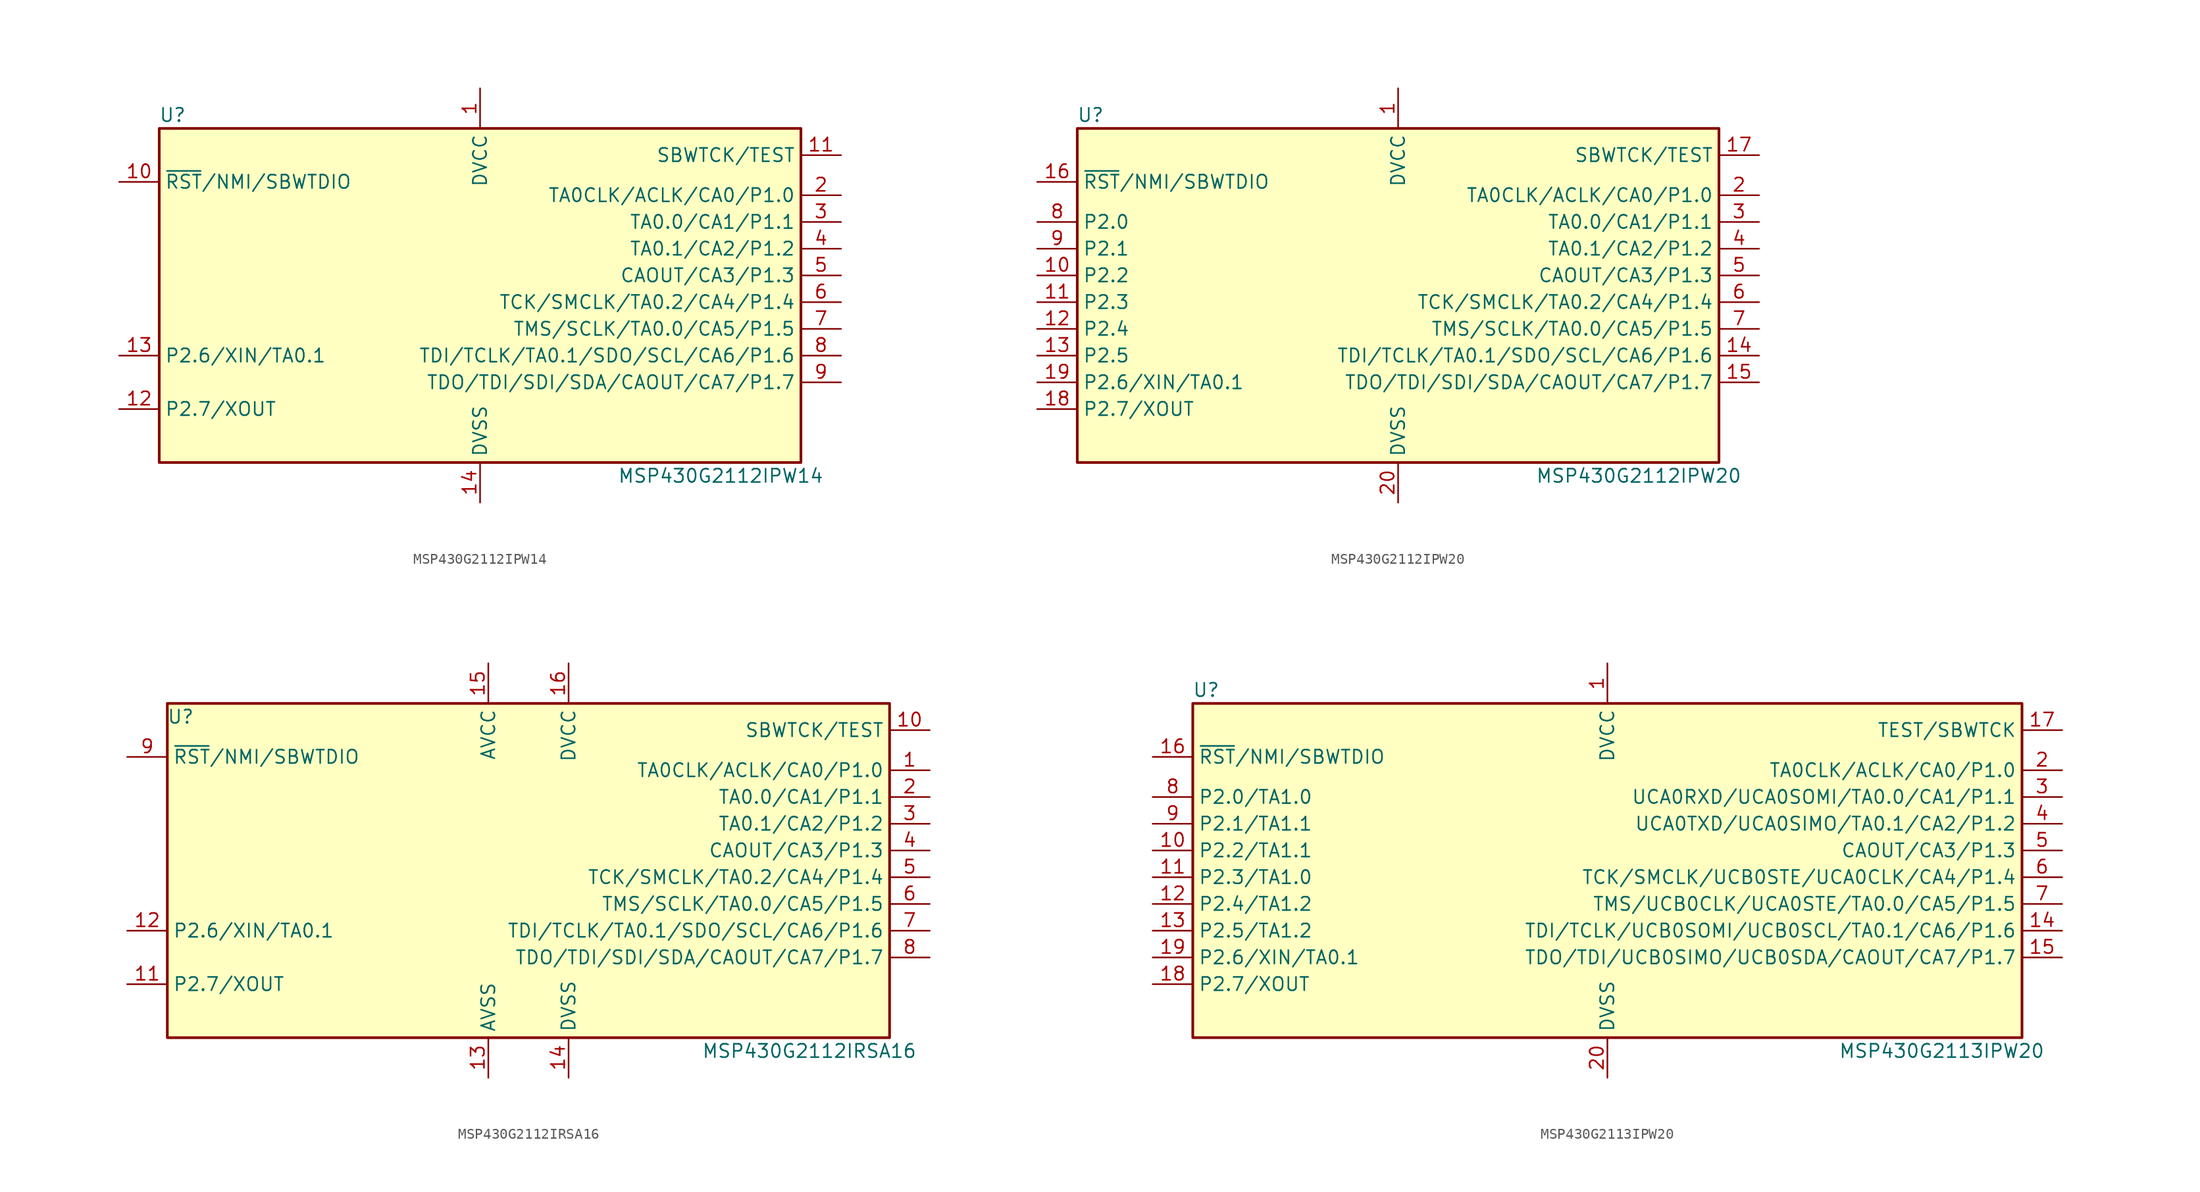
<source format=kicad_sym>
(kicad_symbol_lib
  (version 20201005)
  (generator kicad_symbol_editor)
  (symbol "MCU_Texas_MSP430:MSP430G2112IPW14"
    (property "Reference" "U"
      (at -29.21 17.78 0)
      (effects (font (size 1.27 1.27))))
    (property "Value" "MSP430G2112IPW14"
      (at 22.86 -16.51 0)
      (effects (font (size 1.27 1.27))))
    (symbol "MSP430G2112IPW14_0_1"
      (rectangle (start -30.48 16.51) (end 30.48 -15.24) (stroke (width 0.254)) (fill (type background))))
    (symbol "MSP430G2112IPW14_1_1"
      (pin power_in line (at 0 20.32 270) (length 3.81) (name "DVCC" (effects (font (size 1.27 1.27)))) (number "1" (effects (font (size 1.27 1.27)))))
      (pin input line (at -34.29 11.43 0) (length 3.81) (name "~RST~/NMI/SBWTDIO" (effects (font (size 1.27 1.27)))) (number "10" (effects (font (size 1.27 1.27)))))
      (pin input line (at 34.29 13.97 180) (length 3.81) (name "SBWTCK/TEST" (effects (font (size 1.27 1.27)))) (number "11" (effects (font (size 1.27 1.27)))))
      (pin bidirectional line (at -34.29 -10.16 0) (length 3.81) (name "P2.7/XOUT" (effects (font (size 1.27 1.27)))) (number "12" (effects (font (size 1.27 1.27)))))
      (pin bidirectional line (at -34.29 -5.08 0) (length 3.81) (name "P2.6/XIN/TA0.1" (effects (font (size 1.27 1.27)))) (number "13" (effects (font (size 1.27 1.27)))))
      (pin power_in line (at 0 -19.05 90) (length 3.81) (name "DVSS" (effects (font (size 1.27 1.27)))) (number "14" (effects (font (size 1.27 1.27)))))
      (pin bidirectional line (at 34.29 10.16 180) (length 3.81) (name "TA0CLK/ACLK/CA0/P1.0" (effects (font (size 1.27 1.27)))) (number "2" (effects (font (size 1.27 1.27)))))
      (pin bidirectional line (at 34.29 7.62 180) (length 3.81) (name "TA0.0/CA1/P1.1" (effects (font (size 1.27 1.27)))) (number "3" (effects (font (size 1.27 1.27)))))
      (pin bidirectional line (at 34.29 5.08 180) (length 3.81) (name "TA0.1/CA2/P1.2" (effects (font (size 1.27 1.27)))) (number "4" (effects (font (size 1.27 1.27)))))
      (pin bidirectional line (at 34.29 2.54 180) (length 3.81) (name "CAOUT/CA3/P1.3" (effects (font (size 1.27 1.27)))) (number "5" (effects (font (size 1.27 1.27)))))
      (pin bidirectional line (at 34.29 0 180) (length 3.81) (name "TCK/SMCLK/TA0.2/CA4/P1.4" (effects (font (size 1.27 1.27)))) (number "6" (effects (font (size 1.27 1.27)))))
      (pin bidirectional line (at 34.29 -2.54 180) (length 3.81) (name "TMS/SCLK/TA0.0/CA5/P1.5" (effects (font (size 1.27 1.27)))) (number "7" (effects (font (size 1.27 1.27)))))
      (pin bidirectional line (at 34.29 -5.08 180) (length 3.81) (name "TDI/TCLK/TA0.1/SDO/SCL/CA6/P1.6" (effects (font (size 1.27 1.27)))) (number "8" (effects (font (size 1.27 1.27)))))
      (pin bidirectional line (at 34.29 -7.62 180) (length 3.81) (name "TDO/TDI/SDI/SDA/CAOUT/CA7/P1.7" (effects (font (size 1.27 1.27)))) (number "9" (effects (font (size 1.27 1.27)))))))
  (symbol "MCU_Texas_MSP430:MSP430G2112IPW20"
    (property "Reference" "U"
      (at -29.21 17.78 0)
      (effects (font (size 1.27 1.27))))
    (property "Value" "MSP430G2112IPW20"
      (at 22.86 -16.51 0)
      (effects (font (size 1.27 1.27))))
    (symbol "MSP430G2112IPW20_0_1"
      (rectangle (start -30.48 16.51) (end 30.48 -15.24) (stroke (width 0.254)) (fill (type background))))
    (symbol "MSP430G2112IPW20_1_1"
      (pin power_in line (at 0 20.32 270) (length 3.81) (name "DVCC" (effects (font (size 1.27 1.27)))) (number "1" (effects (font (size 1.27 1.27)))))
      (pin bidirectional line (at -34.29 2.54 0) (length 3.81) (name "P2.2" (effects (font (size 1.27 1.27)))) (number "10" (effects (font (size 1.27 1.27)))))
      (pin bidirectional line (at -34.29 0 0) (length 3.81) (name "P2.3" (effects (font (size 1.27 1.27)))) (number "11" (effects (font (size 1.27 1.27)))))
      (pin bidirectional line (at -34.29 -2.54 0) (length 3.81) (name "P2.4" (effects (font (size 1.27 1.27)))) (number "12" (effects (font (size 1.27 1.27)))))
      (pin bidirectional line (at -34.29 -5.08 0) (length 3.81) (name "P2.5" (effects (font (size 1.27 1.27)))) (number "13" (effects (font (size 1.27 1.27)))))
      (pin bidirectional line (at 34.29 -5.08 180) (length 3.81) (name "TDI/TCLK/TA0.1/SDO/SCL/CA6/P1.6" (effects (font (size 1.27 1.27)))) (number "14" (effects (font (size 1.27 1.27)))))
      (pin bidirectional line (at 34.29 -7.62 180) (length 3.81) (name "TDO/TDI/SDI/SDA/CAOUT/CA7/P1.7" (effects (font (size 1.27 1.27)))) (number "15" (effects (font (size 1.27 1.27)))))
      (pin input line (at -34.29 11.43 0) (length 3.81) (name "~RST~/NMI/SBWTDIO" (effects (font (size 1.27 1.27)))) (number "16" (effects (font (size 1.27 1.27)))))
      (pin input line (at 34.29 13.97 180) (length 3.81) (name "SBWTCK/TEST" (effects (font (size 1.27 1.27)))) (number "17" (effects (font (size 1.27 1.27)))))
      (pin bidirectional line (at -34.29 -10.16 0) (length 3.81) (name "P2.7/XOUT" (effects (font (size 1.27 1.27)))) (number "18" (effects (font (size 1.27 1.27)))))
      (pin bidirectional line (at -34.29 -7.62 0) (length 3.81) (name "P2.6/XIN/TA0.1" (effects (font (size 1.27 1.27)))) (number "19" (effects (font (size 1.27 1.27)))))
      (pin bidirectional line (at 34.29 10.16 180) (length 3.81) (name "TA0CLK/ACLK/CA0/P1.0" (effects (font (size 1.27 1.27)))) (number "2" (effects (font (size 1.27 1.27)))))
      (pin power_in line (at 0 -19.05 90) (length 3.81) (name "DVSS" (effects (font (size 1.27 1.27)))) (number "20" (effects (font (size 1.27 1.27)))))
      (pin bidirectional line (at 34.29 7.62 180) (length 3.81) (name "TA0.0/CA1/P1.1" (effects (font (size 1.27 1.27)))) (number "3" (effects (font (size 1.27 1.27)))))
      (pin bidirectional line (at 34.29 5.08 180) (length 3.81) (name "TA0.1/CA2/P1.2" (effects (font (size 1.27 1.27)))) (number "4" (effects (font (size 1.27 1.27)))))
      (pin bidirectional line (at 34.29 2.54 180) (length 3.81) (name "CAOUT/CA3/P1.3" (effects (font (size 1.27 1.27)))) (number "5" (effects (font (size 1.27 1.27)))))
      (pin bidirectional line (at 34.29 0 180) (length 3.81) (name "TCK/SMCLK/TA0.2/CA4/P1.4" (effects (font (size 1.27 1.27)))) (number "6" (effects (font (size 1.27 1.27)))))
      (pin bidirectional line (at 34.29 -2.54 180) (length 3.81) (name "TMS/SCLK/TA0.0/CA5/P1.5" (effects (font (size 1.27 1.27)))) (number "7" (effects (font (size 1.27 1.27)))))
      (pin bidirectional line (at -34.29 7.62 0) (length 3.81) (name "P2.0" (effects (font (size 1.27 1.27)))) (number "8" (effects (font (size 1.27 1.27)))))
      (pin bidirectional line (at -34.29 5.08 0) (length 3.81) (name "P2.1" (effects (font (size 1.27 1.27)))) (number "9" (effects (font (size 1.27 1.27)))))))
  (symbol "MCU_Texas_MSP430:MSP430G2112IRSA16"
    (property "Reference" "U"
      (at -33.02 15.24 0)
      (effects (font (size 1.27 1.27))))
    (property "Value" "MSP430G2112IRSA16"
      (at 26.67 -16.51 0)
      (effects (font (size 1.27 1.27))))
    (symbol "MSP430G2112IRSA16_0_1"
      (rectangle (start -34.29 16.51) (end 34.29 -15.24) (stroke (width 0.254)) (fill (type background))))
    (symbol "MSP430G2112IRSA16_1_1"
      (pin bidirectional line (at 38.1 10.16 180) (length 3.81) (name "TA0CLK/ACLK/CA0/P1.0" (effects (font (size 1.27 1.27)))) (number "1" (effects (font (size 1.27 1.27)))))
      (pin input line (at 38.1 13.97 180) (length 3.81) (name "SBWTCK/TEST" (effects (font (size 1.27 1.27)))) (number "10" (effects (font (size 1.27 1.27)))))
      (pin bidirectional line (at -38.1 -10.16 0) (length 3.81) (name "P2.7/XOUT" (effects (font (size 1.27 1.27)))) (number "11" (effects (font (size 1.27 1.27)))))
      (pin bidirectional line (at -38.1 -5.08 0) (length 3.81) (name "P2.6/XIN/TA0.1" (effects (font (size 1.27 1.27)))) (number "12" (effects (font (size 1.27 1.27)))))
      (pin power_in line (at -3.81 -19.05 90) (length 3.81) (name "AVSS" (effects (font (size 1.27 1.27)))) (number "13" (effects (font (size 1.27 1.27)))))
      (pin power_in line (at 3.81 -19.05 90) (length 3.81) (name "DVSS" (effects (font (size 1.27 1.27)))) (number "14" (effects (font (size 1.27 1.27)))))
      (pin power_in line (at -3.81 20.32 270) (length 3.81) (name "AVCC" (effects (font (size 1.27 1.27)))) (number "15" (effects (font (size 1.27 1.27)))))
      (pin power_in line (at 3.81 20.32 270) (length 3.81) (name "DVCC" (effects (font (size 1.27 1.27)))) (number "16" (effects (font (size 1.27 1.27)))))
      (pin bidirectional line (at 38.1 7.62 180) (length 3.81) (name "TA0.0/CA1/P1.1" (effects (font (size 1.27 1.27)))) (number "2" (effects (font (size 1.27 1.27)))))
      (pin bidirectional line (at 38.1 5.08 180) (length 3.81) (name "TA0.1/CA2/P1.2" (effects (font (size 1.27 1.27)))) (number "3" (effects (font (size 1.27 1.27)))))
      (pin bidirectional line (at 38.1 2.54 180) (length 3.81) (name "CAOUT/CA3/P1.3" (effects (font (size 1.27 1.27)))) (number "4" (effects (font (size 1.27 1.27)))))
      (pin bidirectional line (at 38.1 0 180) (length 3.81) (name "TCK/SMCLK/TA0.2/CA4/P1.4" (effects (font (size 1.27 1.27)))) (number "5" (effects (font (size 1.27 1.27)))))
      (pin bidirectional line (at 38.1 -2.54 180) (length 3.81) (name "TMS/SCLK/TA0.0/CA5/P1.5" (effects (font (size 1.27 1.27)))) (number "6" (effects (font (size 1.27 1.27)))))
      (pin bidirectional line (at 38.1 -5.08 180) (length 3.81) (name "TDI/TCLK/TA0.1/SDO/SCL/CA6/P1.6" (effects (font (size 1.27 1.27)))) (number "7" (effects (font (size 1.27 1.27)))))
      (pin bidirectional line (at 38.1 -7.62 180) (length 3.81) (name "TDO/TDI/SDI/SDA/CAOUT/CA7/P1.7" (effects (font (size 1.27 1.27)))) (number "8" (effects (font (size 1.27 1.27)))))
      (pin input line (at -38.1 11.43 0) (length 3.81) (name "~RST~/NMI/SBWTDIO" (effects (font (size 1.27 1.27)))) (number "9" (effects (font (size 1.27 1.27)))))))
  (symbol "MCU_Texas_MSP430:MSP430G2113IPW20"
    (property "Reference" "U"
      (at -38.1 17.78 0)
      (effects (font (size 1.27 1.27))))
    (property "Value" "MSP430G2113IPW20"
      (at 31.75 -16.51 0)
      (effects (font (size 1.27 1.27))))
    (symbol "MSP430G2113IPW20_0_1"
      (rectangle (start -39.37 16.51) (end 39.37 -15.24) (stroke (width 0.254)) (fill (type background))))
    (symbol "MSP430G2113IPW20_1_1"
      (pin power_in line (at 0 20.32 270) (length 3.81) (name "DVCC" (effects (font (size 1.27 1.27)))) (number "1" (effects (font (size 1.27 1.27)))))
      (pin bidirectional line (at -43.18 2.54 0) (length 3.81) (name "P2.2/TA1.1" (effects (font (size 1.27 1.27)))) (number "10" (effects (font (size 1.27 1.27)))))
      (pin bidirectional line (at -43.18 0 0) (length 3.81) (name "P2.3/TA1.0" (effects (font (size 1.27 1.27)))) (number "11" (effects (font (size 1.27 1.27)))))
      (pin bidirectional line (at -43.18 -2.54 0) (length 3.81) (name "P2.4/TA1.2" (effects (font (size 1.27 1.27)))) (number "12" (effects (font (size 1.27 1.27)))))
      (pin bidirectional line (at -43.18 -5.08 0) (length 3.81) (name "P2.5/TA1.2" (effects (font (size 1.27 1.27)))) (number "13" (effects (font (size 1.27 1.27)))))
      (pin bidirectional line (at 43.18 -5.08 180) (length 3.81) (name "TDI/TCLK/UCB0SOMI/UCB0SCL/TA0.1/CA6/P1.6" (effects (font (size 1.27 1.27)))) (number "14" (effects (font (size 1.27 1.27)))))
      (pin bidirectional line (at 43.18 -7.62 180) (length 3.81) (name "TDO/TDI/UCB0SIMO/UCB0SDA/CAOUT/CA7/P1.7" (effects (font (size 1.27 1.27)))) (number "15" (effects (font (size 1.27 1.27)))))
      (pin input line (at -43.18 11.43 0) (length 3.81) (name "~RST~/NMI/SBWTDIO" (effects (font (size 1.27 1.27)))) (number "16" (effects (font (size 1.27 1.27)))))
      (pin input line (at 43.18 13.97 180) (length 3.81) (name "TEST/SBWTCK" (effects (font (size 1.27 1.27)))) (number "17" (effects (font (size 1.27 1.27)))))
      (pin bidirectional line (at -43.18 -10.16 0) (length 3.81) (name "P2.7/XOUT" (effects (font (size 1.27 1.27)))) (number "18" (effects (font (size 1.27 1.27)))))
      (pin bidirectional line (at -43.18 -7.62 0) (length 3.81) (name "P2.6/XIN/TA0.1" (effects (font (size 1.27 1.27)))) (number "19" (effects (font (size 1.27 1.27)))))
      (pin bidirectional line (at 43.18 10.16 180) (length 3.81) (name "TA0CLK/ACLK/CA0/P1.0" (effects (font (size 1.27 1.27)))) (number "2" (effects (font (size 1.27 1.27)))))
      (pin power_in line (at 0 -19.05 90) (length 3.81) (name "DVSS" (effects (font (size 1.27 1.27)))) (number "20" (effects (font (size 1.27 1.27)))))
      (pin bidirectional line (at 43.18 7.62 180) (length 3.81) (name "UCA0RXD/UCA0SOMI/TA0.0/CA1/P1.1" (effects (font (size 1.27 1.27)))) (number "3" (effects (font (size 1.27 1.27)))))
      (pin bidirectional line (at 43.18 5.08 180) (length 3.81) (name "UCA0TXD/UCA0SIMO/TA0.1/CA2/P1.2" (effects (font (size 1.27 1.27)))) (number "4" (effects (font (size 1.27 1.27)))))
      (pin bidirectional line (at 43.18 2.54 180) (length 3.81) (name "CAOUT/CA3/P1.3" (effects (font (size 1.27 1.27)))) (number "5" (effects (font (size 1.27 1.27)))))
      (pin bidirectional line (at 43.18 0 180) (length 3.81) (name "TCK/SMCLK/UCB0STE/UCA0CLK/CA4/P1.4" (effects (font (size 1.27 1.27)))) (number "6" (effects (font (size 1.27 1.27)))))
      (pin bidirectional line (at 43.18 -2.54 180) (length 3.81) (name "TMS/UCB0CLK/UCA0STE/TA0.0/CA5/P1.5" (effects (font (size 1.27 1.27)))) (number "7" (effects (font (size 1.27 1.27)))))
      (pin bidirectional line (at -43.18 7.62 0) (length 3.81) (name "P2.0/TA1.0" (effects (font (size 1.27 1.27)))) (number "8" (effects (font (size 1.27 1.27)))))
      (pin bidirectional line (at -43.18 5.08 0) (length 3.81) (name "P2.1/TA1.1" (effects (font (size 1.27 1.27)))) (number "9" (effects (font (size 1.27 1.27))))))))
</source>
